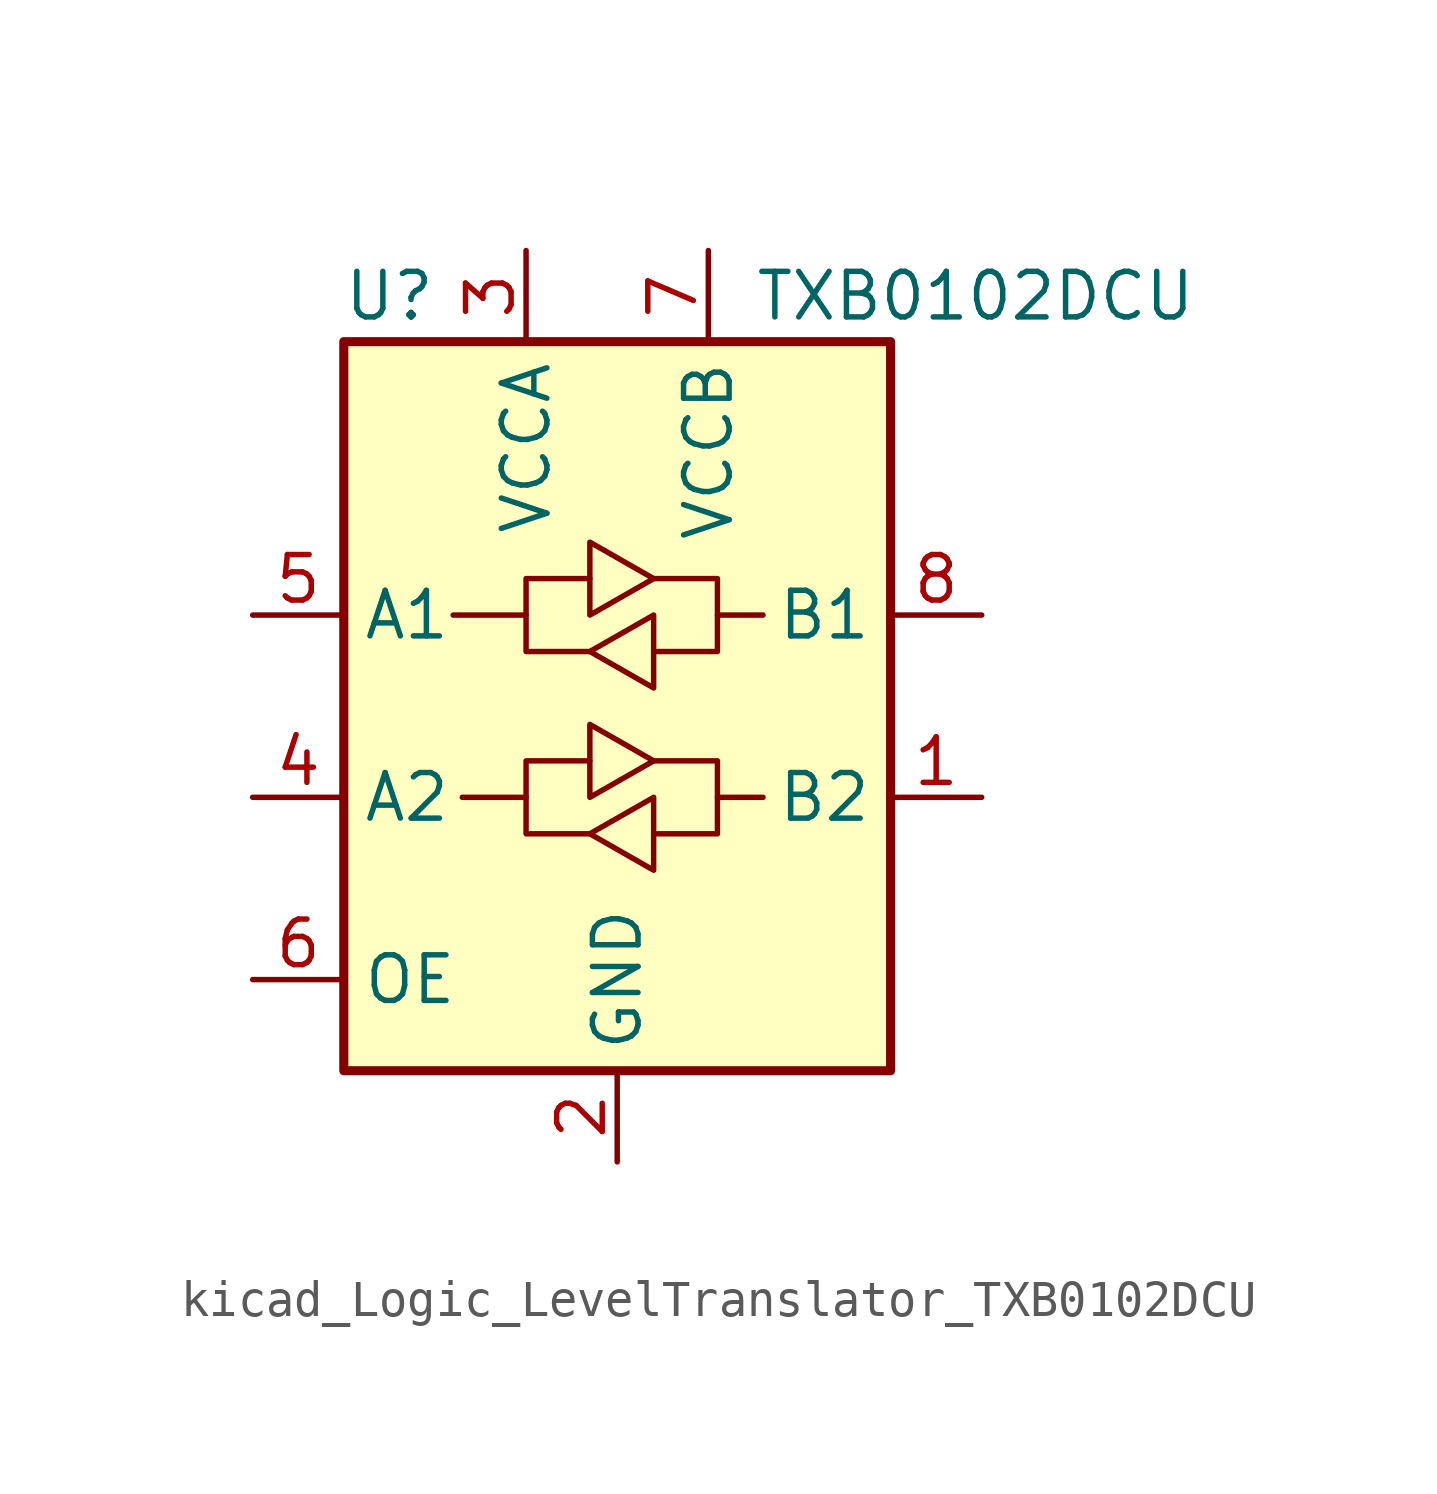
<source format=kicad_sym>
(kicad_symbol_lib
  (version 20220914)
  (generator kicad_symbol_editor)
  (symbol "kicad_Logic_LevelTranslator_TXB0102DCU"
    (property "Reference" "U"
      (at -6.35 11.43 0)
      (effects (font (size 1.27 1.27))))
    (property "Value" "TXB0102DCU"
      (at 3.81 11.43 0)
      (effects (font (size 1.27 1.27)) (justify left)))
    (symbol "kicad_Logic_LevelTranslator_TXB0102DCU_0_1"
      (rectangle (start -7.62 10.16) (end 7.62 -10.16) (stroke (width 0.254) (type default)) (fill (type background)))
      (polyline (pts (xy -2.54 -2.54) (xy -2.54 -1.524) (xy -0.762 -1.524)) (stroke (width 0) (type default)) (fill (type none)))
      (polyline (pts (xy -2.54 2.54) (xy -2.54 3.556) (xy -0.762 3.556)) (stroke (width 0) (type default)) (fill (type none)))
      (polyline (pts (xy 2.794 -2.54) (xy 2.794 -3.556) (xy 1.016 -3.556)) (stroke (width 0) (type default)) (fill (type none)))
      (polyline (pts (xy 2.794 2.54) (xy 2.794 1.524) (xy 1.016 1.524)) (stroke (width 0) (type default)) (fill (type none)))
      (polyline (pts (xy -0.762 -3.556) (xy -2.54 -3.556) (xy -2.54 -2.54) (xy -4.318 -2.54)) (stroke (width 0) (type default)) (fill (type none)))
      (polyline (pts (xy -0.762 -2.54) (xy -0.762 -0.508) (xy 1.016 -1.524) (xy -0.762 -2.54)) (stroke (width 0) (type default)) (fill (type none)))
      (polyline (pts (xy -0.762 1.524) (xy -2.54 1.524) (xy -2.54 2.54) (xy -4.572 2.54)) (stroke (width 0) (type default)) (fill (type none)))
      (polyline (pts (xy -0.762 2.54) (xy -0.762 4.572) (xy 1.016 3.556) (xy -0.762 2.54)) (stroke (width 0) (type default)) (fill (type none)))
      (polyline (pts (xy 1.016 -2.54) (xy 1.016 -4.572) (xy -0.762 -3.556) (xy 1.016 -2.54)) (stroke (width 0) (type default)) (fill (type none)))
      (polyline (pts (xy 1.016 -1.524) (xy 2.794 -1.524) (xy 2.794 -2.54) (xy 4.064 -2.54)) (stroke (width 0) (type default)) (fill (type none)))
      (polyline (pts (xy 1.016 3.556) (xy 2.794 3.556) (xy 2.794 2.54) (xy 4.064 2.54)) (stroke (width 0) (type default)) (fill (type none)))
      (polyline (pts (xy 1.016 2.54) (xy 1.016 0.762) (xy 1.016 0.508) (xy -0.762 1.524) (xy 1.016 2.54)) (stroke (width 0) (type default)) (fill (type none))))
    (symbol "kicad_Logic_LevelTranslator_TXB0102DCU_1_1"
      (pin bidirectional line (at 10.16 -2.54 180) (length 2.54) (name "B2" (effects (font (size 1.27 1.27)))) (number "1" (effects (font (size 1.27 1.27)))))
      (pin power_in line (at 0 -12.7 90) (length 2.54) (name "GND" (effects (font (size 1.27 1.27)))) (number "2" (effects (font (size 1.27 1.27)))))
      (pin power_in line (at -2.54 12.7 270) (length 2.54) (name "VCCA" (effects (font (size 1.27 1.27)))) (number "3" (effects (font (size 1.27 1.27)))))
      (pin bidirectional line (at -10.16 -2.54 0) (length 2.54) (name "A2" (effects (font (size 1.27 1.27)))) (number "4" (effects (font (size 1.27 1.27)))))
      (pin bidirectional line (at -10.16 2.54 0) (length 2.54) (name "A1" (effects (font (size 1.27 1.27)))) (number "5" (effects (font (size 1.27 1.27)))))
      (pin input line (at -10.16 -7.62 0) (length 2.54) (name "OE" (effects (font (size 1.27 1.27)))) (number "6" (effects (font (size 1.27 1.27)))))
      (pin power_in line (at 2.54 12.7 270) (length 2.54) (name "VCCB" (effects (font (size 1.27 1.27)))) (number "7" (effects (font (size 1.27 1.27)))))
      (pin bidirectional line (at 10.16 2.54 180) (length 2.54) (name "B1" (effects (font (size 1.27 1.27)))) (number "8" (effects (font (size 1.27 1.27))))))))
</source>
